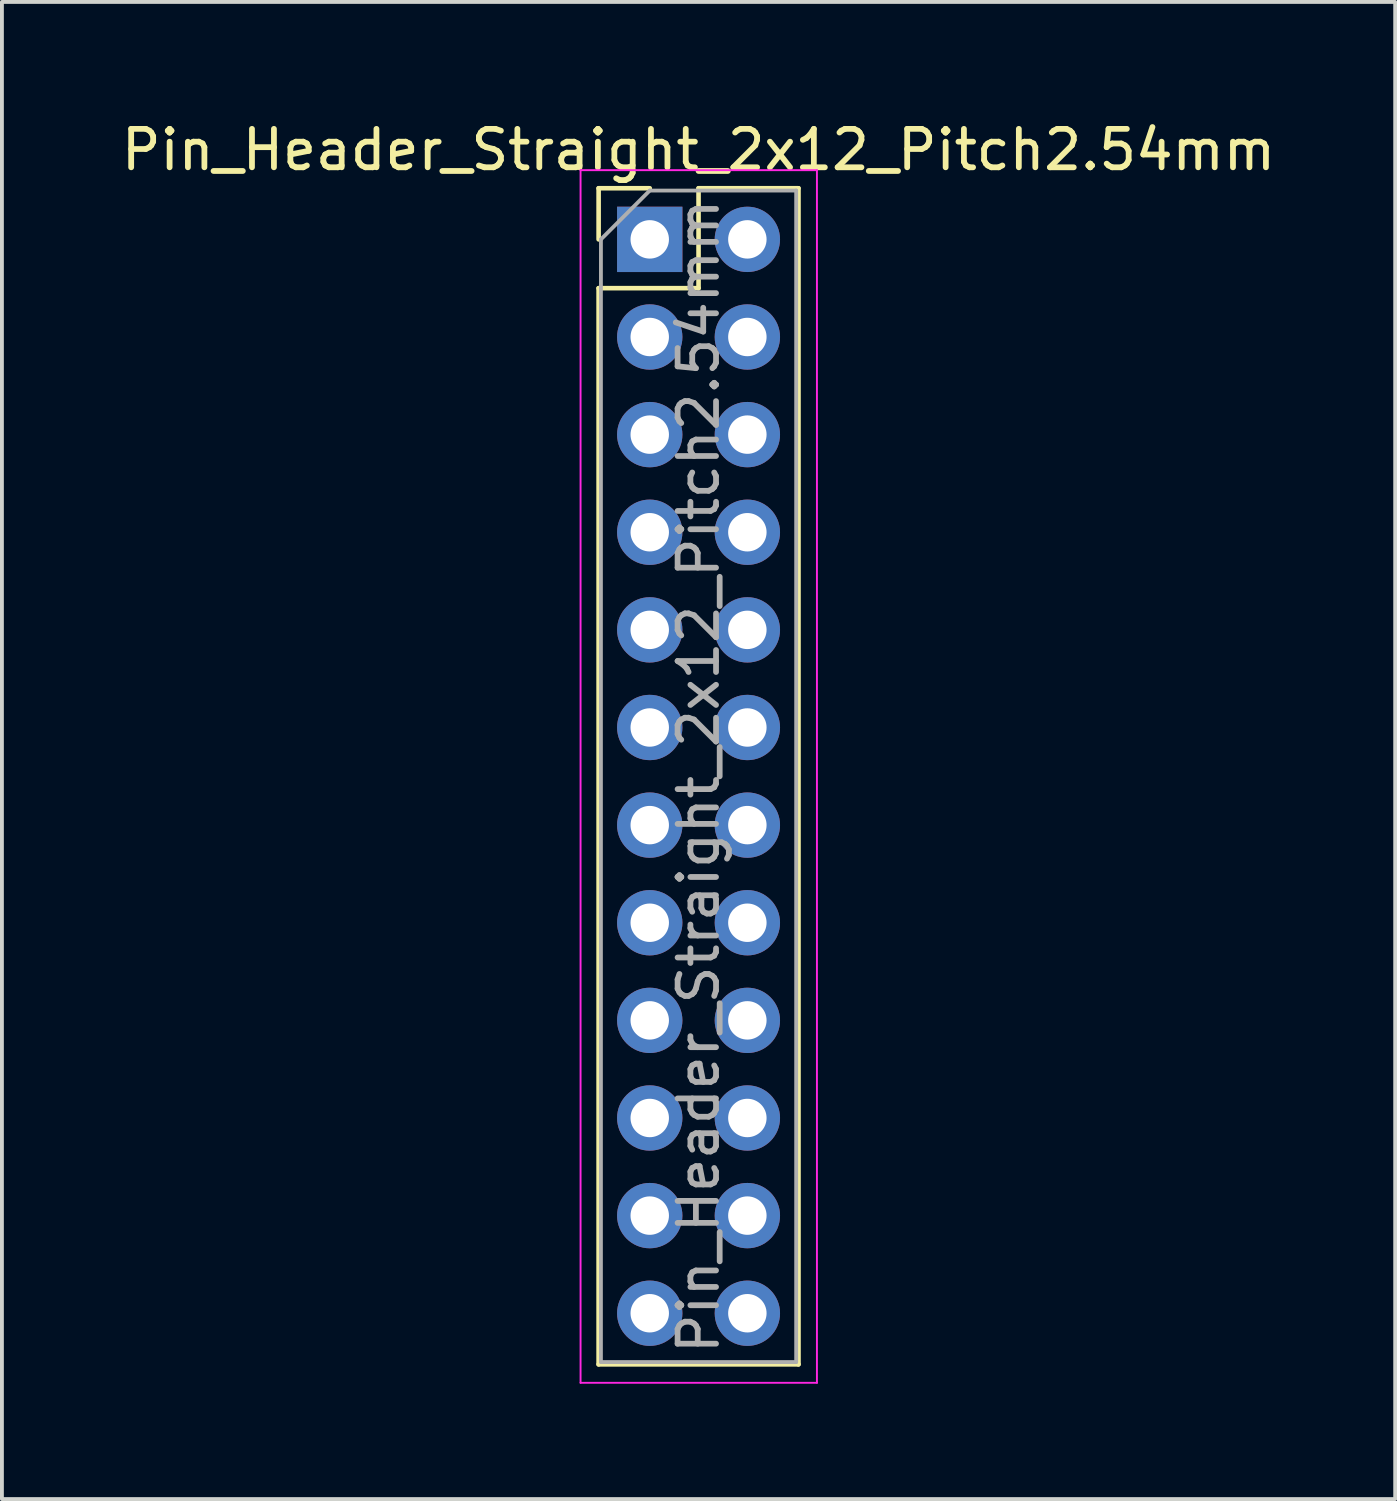
<source format=kicad_pcb>
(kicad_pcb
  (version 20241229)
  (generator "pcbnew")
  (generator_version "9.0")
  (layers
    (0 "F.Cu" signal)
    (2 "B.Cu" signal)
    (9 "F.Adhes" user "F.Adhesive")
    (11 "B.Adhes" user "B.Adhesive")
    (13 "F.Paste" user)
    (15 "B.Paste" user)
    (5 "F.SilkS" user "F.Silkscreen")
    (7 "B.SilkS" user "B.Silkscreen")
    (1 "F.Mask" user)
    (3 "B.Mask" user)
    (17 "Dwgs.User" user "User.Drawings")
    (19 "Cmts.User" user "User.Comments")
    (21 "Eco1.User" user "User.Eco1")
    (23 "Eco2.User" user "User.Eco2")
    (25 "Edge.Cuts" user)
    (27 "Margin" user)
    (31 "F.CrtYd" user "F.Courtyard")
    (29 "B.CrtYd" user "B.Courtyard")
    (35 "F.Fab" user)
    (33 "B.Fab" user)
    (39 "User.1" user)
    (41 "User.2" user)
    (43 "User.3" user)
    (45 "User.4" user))
  (footprint "Pin_Header_Straight_2x12_Pitch2.54mm"
    (layer "F.Cu")
    (at 13.855 3.178)
    (property "Reference" "Pin_Header_Straight_2x12_Pitch2.54mm" (at 1.27 -2.33 0) (layer "F.SilkS") (effects (font (size 1 1) (thickness 0.15))))
    (attr through_hole)
    (fp_line (start -1.33 -1.33) (end 0 -1.33) (stroke (width 0.12) (type solid)) (layer "F.SilkS"))
    (fp_line (start -1.33 0) (end -1.33 -1.33) (stroke (width 0.12) (type solid)) (layer "F.SilkS"))
    (fp_line (start -1.33 1.27) (end -1.33 29.27) (stroke (width 0.12) (type solid)) (layer "F.SilkS"))
    (fp_line (start -1.33 1.27) (end 1.27 1.27) (stroke (width 0.12) (type solid)) (layer "F.SilkS"))
    (fp_line (start -1.33 29.27) (end 3.87 29.27) (stroke (width 0.12) (type solid)) (layer "F.SilkS"))
    (fp_line (start 1.27 -1.33) (end 3.87 -1.33) (stroke (width 0.12) (type solid)) (layer "F.SilkS"))
    (fp_line (start 1.27 1.27) (end 1.27 -1.33) (stroke (width 0.12) (type solid)) (layer "F.SilkS"))
    (fp_line (start 3.87 -1.33) (end 3.87 29.27) (stroke (width 0.12) (type solid)) (layer "F.SilkS"))
    (fp_line (start -1.8 -1.8) (end -1.8 29.75) (stroke (width 0.05) (type solid)) (layer "F.CrtYd"))
    (fp_line (start -1.8 29.75) (end 4.35 29.75) (stroke (width 0.05) (type solid)) (layer "F.CrtYd"))
    (fp_line (start 4.35 -1.8) (end -1.8 -1.8) (stroke (width 0.05) (type solid)) (layer "F.CrtYd"))
    (fp_line (start 4.35 29.75) (end 4.35 -1.8) (stroke (width 0.05) (type solid)) (layer "F.CrtYd"))
    (fp_line (start -1.27 0) (end 0 -1.27) (stroke (width 0.1) (type solid)) (layer "F.Fab"))
    (fp_line (start -1.27 29.21) (end -1.27 0) (stroke (width 0.1) (type solid)) (layer "F.Fab"))
    (fp_line (start 0 -1.27) (end 3.81 -1.27) (stroke (width 0.1) (type solid)) (layer "F.Fab"))
    (fp_line (start 3.81 -1.27) (end 3.81 29.21) (stroke (width 0.1) (type solid)) (layer "F.Fab"))
    (fp_line (start 3.81 29.21) (end -1.27 29.21) (stroke (width 0.1) (type solid)) (layer "F.Fab"))
    (fp_text user "${REFERENCE}" (at 1.27 13.97 90) (layer "F.Fab") (effects (font (size 1 1) (thickness 0.15))))
    (pad "1" thru_hole rect (at 0 0) (size 1.7 1.7) (drill 1) (layers "*.Cu" "*.Mask"))
    (pad "2" thru_hole oval (at 2.54 0) (size 1.7 1.7) (drill 1) (layers "*.Cu" "*.Mask"))
    (pad "3" thru_hole oval (at 0 2.54) (size 1.7 1.7) (drill 1) (layers "*.Cu" "*.Mask"))
    (pad "4" thru_hole oval (at 2.54 2.54) (size 1.7 1.7) (drill 1) (layers "*.Cu" "*.Mask"))
    (pad "5" thru_hole oval (at 0 5.08) (size 1.7 1.7) (drill 1) (layers "*.Cu" "*.Mask"))
    (pad "6" thru_hole oval (at 2.54 5.08) (size 1.7 1.7) (drill 1) (layers "*.Cu" "*.Mask"))
    (pad "7" thru_hole oval (at 0 7.62) (size 1.7 1.7) (drill 1) (layers "*.Cu" "*.Mask"))
    (pad "8" thru_hole oval (at 2.54 7.62) (size 1.7 1.7) (drill 1) (layers "*.Cu" "*.Mask"))
    (pad "9" thru_hole oval (at 0 10.16) (size 1.7 1.7) (drill 1) (layers "*.Cu" "*.Mask"))
    (pad "10" thru_hole oval (at 2.54 10.16) (size 1.7 1.7) (drill 1) (layers "*.Cu" "*.Mask"))
    (pad "11" thru_hole oval (at 0 12.7) (size 1.7 1.7) (drill 1) (layers "*.Cu" "*.Mask"))
    (pad "12" thru_hole oval (at 2.54 12.7) (size 1.7 1.7) (drill 1) (layers "*.Cu" "*.Mask"))
    (pad "13" thru_hole oval (at 0 15.24) (size 1.7 1.7) (drill 1) (layers "*.Cu" "*.Mask"))
    (pad "14" thru_hole oval (at 2.54 15.24) (size 1.7 1.7) (drill 1) (layers "*.Cu" "*.Mask"))
    (pad "15" thru_hole oval (at 0 17.78) (size 1.7 1.7) (drill 1) (layers "*.Cu" "*.Mask"))
    (pad "16" thru_hole oval (at 2.54 17.78) (size 1.7 1.7) (drill 1) (layers "*.Cu" "*.Mask"))
    (pad "17" thru_hole oval (at 0 20.32) (size 1.7 1.7) (drill 1) (layers "*.Cu" "*.Mask"))
    (pad "18" thru_hole oval (at 2.54 20.32) (size 1.7 1.7) (drill 1) (layers "*.Cu" "*.Mask"))
    (pad "19" thru_hole oval (at 0 22.86) (size 1.7 1.7) (drill 1) (layers "*.Cu" "*.Mask"))
    (pad "20" thru_hole oval (at 2.54 22.86) (size 1.7 1.7) (drill 1) (layers "*.Cu" "*.Mask"))
    (pad "21" thru_hole oval (at 0 25.4) (size 1.7 1.7) (drill 1) (layers "*.Cu" "*.Mask"))
    (pad "22" thru_hole oval (at 2.54 25.4) (size 1.7 1.7) (drill 1) (layers "*.Cu" "*.Mask"))
    (pad "23" thru_hole oval (at 0 27.94) (size 1.7 1.7) (drill 1) (layers "*.Cu" "*.Mask"))
    (pad "24" thru_hole oval (at 2.54 27.94) (size 1.7 1.7) (drill 1) (layers "*.Cu" "*.Mask")))
  (gr_rect
    (start -3 -3)
    (end 33.25 35.953)
    (stroke (width 0.1) (type default))
    (fill no)
    (layer "Edge.Cuts")))
</source>
